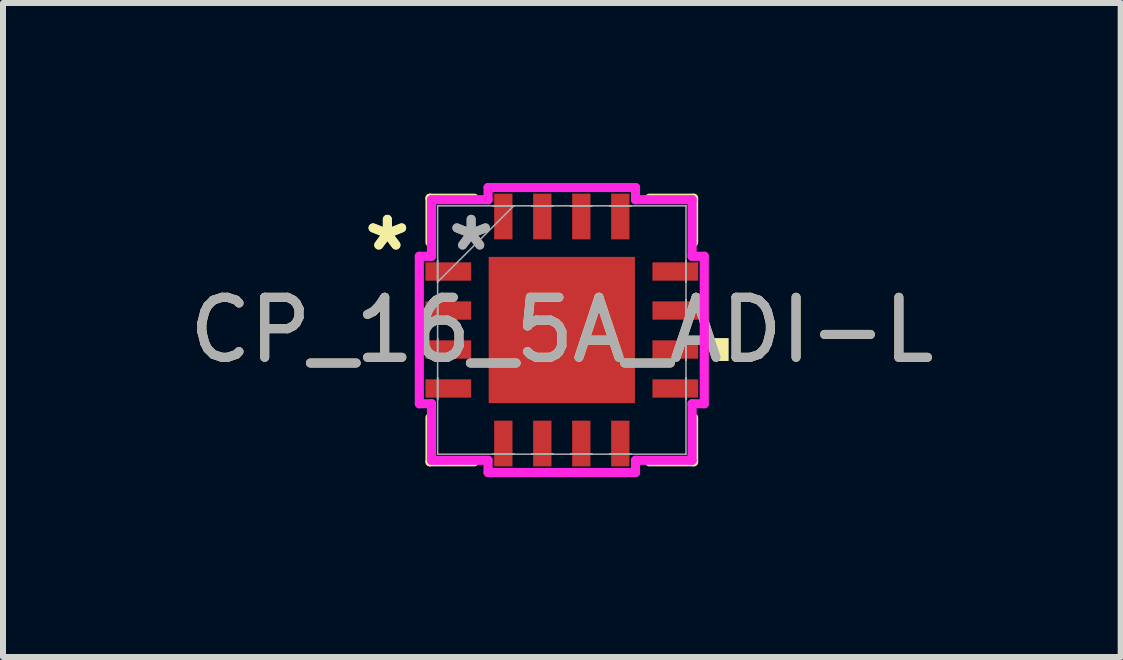
<source format=kicad_pcb>
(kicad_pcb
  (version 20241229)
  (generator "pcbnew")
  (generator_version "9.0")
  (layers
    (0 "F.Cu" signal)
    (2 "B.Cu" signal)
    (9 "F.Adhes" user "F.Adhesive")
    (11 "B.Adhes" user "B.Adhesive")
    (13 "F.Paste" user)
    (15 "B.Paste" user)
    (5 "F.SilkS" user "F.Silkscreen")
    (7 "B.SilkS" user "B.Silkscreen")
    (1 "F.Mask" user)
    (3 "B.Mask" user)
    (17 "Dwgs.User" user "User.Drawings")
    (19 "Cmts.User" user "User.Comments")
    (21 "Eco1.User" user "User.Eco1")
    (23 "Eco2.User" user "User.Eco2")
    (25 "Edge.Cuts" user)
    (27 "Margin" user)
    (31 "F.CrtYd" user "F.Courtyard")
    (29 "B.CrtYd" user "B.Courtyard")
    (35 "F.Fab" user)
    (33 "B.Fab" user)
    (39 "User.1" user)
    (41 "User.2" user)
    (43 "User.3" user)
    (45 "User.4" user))
  (footprint "CP_16_5A_ADI-L"
    (layer "F.Cu")
    (at 6.315 2.451)
    (property "Reference" "CP_16_5A_ADI-L" (at 0 0 0) (unlocked yes) (layer "F.SilkS") (effects (font (size 1 1) (thickness 0.15))))
    (attr smd)
    (fp_line (start -2.197 -2.197) (end -2.197 -1.46) (stroke (width 0.152) (type solid)) (layer "F.SilkS"))
    (fp_line (start -2.197 1.46) (end -2.197 2.197) (stroke (width 0.152) (type solid)) (layer "F.SilkS"))
    (fp_line (start -2.197 2.197) (end -1.46 2.197) (stroke (width 0.152) (type solid)) (layer "F.SilkS"))
    (fp_line (start -1.46 -2.197) (end -2.197 -2.197) (stroke (width 0.152) (type solid)) (layer "F.SilkS"))
    (fp_line (start 1.46 2.197) (end 2.197 2.197) (stroke (width 0.152) (type solid)) (layer "F.SilkS"))
    (fp_line (start 2.197 -2.197) (end 1.46 -2.197) (stroke (width 0.152) (type solid)) (layer "F.SilkS"))
    (fp_line (start 2.197 -1.46) (end 2.197 -2.197) (stroke (width 0.152) (type solid)) (layer "F.SilkS"))
    (fp_line (start 2.197 2.197) (end 2.197 1.46) (stroke (width 0.152) (type solid)) (layer "F.SilkS"))
    (fp_poly (pts (xy 2.781 0.135) (xy 2.781 0.516) (xy 2.527 0.516) (xy 2.527 0.135)) (stroke (width 0) (type solid)) (fill yes) (layer "F.SilkS"))
    (fp_line (start -2.375 -1.229) (end -2.172 -1.229) (stroke (width 0.152) (type solid)) (layer "F.CrtYd"))
    (fp_line (start -2.375 1.229) (end -2.375 -1.229) (stroke (width 0.152) (type solid)) (layer "F.CrtYd"))
    (fp_line (start -2.172 -2.172) (end -1.229 -2.172) (stroke (width 0.152) (type solid)) (layer "F.CrtYd"))
    (fp_line (start -2.172 -1.229) (end -2.172 -2.172) (stroke (width 0.152) (type solid)) (layer "F.CrtYd"))
    (fp_line (start -2.172 1.229) (end -2.375 1.229) (stroke (width 0.152) (type solid)) (layer "F.CrtYd"))
    (fp_line (start -2.172 2.172) (end -2.172 1.229) (stroke (width 0.152) (type solid)) (layer "F.CrtYd"))
    (fp_line (start -1.229 -2.375) (end 1.229 -2.375) (stroke (width 0.152) (type solid)) (layer "F.CrtYd"))
    (fp_line (start -1.229 -2.172) (end -1.229 -2.375) (stroke (width 0.152) (type solid)) (layer "F.CrtYd"))
    (fp_line (start -1.229 2.172) (end -2.172 2.172) (stroke (width 0.152) (type solid)) (layer "F.CrtYd"))
    (fp_line (start -1.229 2.375) (end -1.229 2.172) (stroke (width 0.152) (type solid)) (layer "F.CrtYd"))
    (fp_line (start 1.229 -2.375) (end 1.229 -2.172) (stroke (width 0.152) (type solid)) (layer "F.CrtYd"))
    (fp_line (start 1.229 -2.172) (end 2.172 -2.172) (stroke (width 0.152) (type solid)) (layer "F.CrtYd"))
    (fp_line (start 1.229 2.172) (end 1.229 2.375) (stroke (width 0.152) (type solid)) (layer "F.CrtYd"))
    (fp_line (start 1.229 2.375) (end -1.229 2.375) (stroke (width 0.152) (type solid)) (layer "F.CrtYd"))
    (fp_line (start 2.172 -2.172) (end 2.172 -1.229) (stroke (width 0.152) (type solid)) (layer "F.CrtYd"))
    (fp_line (start 2.172 -1.229) (end 2.375 -1.229) (stroke (width 0.152) (type solid)) (layer "F.CrtYd"))
    (fp_line (start 2.172 1.229) (end 2.172 2.172) (stroke (width 0.152) (type solid)) (layer "F.CrtYd"))
    (fp_line (start 2.172 2.172) (end 1.229 2.172) (stroke (width 0.152) (type solid)) (layer "F.CrtYd"))
    (fp_line (start 2.375 -1.229) (end 2.375 1.229) (stroke (width 0.152) (type solid)) (layer "F.CrtYd"))
    (fp_line (start 2.375 1.229) (end 2.172 1.229) (stroke (width 0.152) (type solid)) (layer "F.CrtYd"))
    (fp_line (start -2.07 -2.07) (end -2.07 -2.07) (stroke (width 0.025) (type solid)) (layer "F.Fab"))
    (fp_line (start -2.07 -2.07) (end -2.07 2.07) (stroke (width 0.025) (type solid)) (layer "F.Fab"))
    (fp_line (start -2.07 -1.153) (end -2.07 -1.153) (stroke (width 0.025) (type solid)) (layer "F.Fab"))
    (fp_line (start -2.07 -1.153) (end -2.07 -0.797) (stroke (width 0.025) (type solid)) (layer "F.Fab"))
    (fp_line (start -2.07 -0.8) (end -0.8 -2.07) (stroke (width 0.025) (type solid)) (layer "F.Fab"))
    (fp_line (start -2.07 -0.797) (end -2.07 -1.153) (stroke (width 0.025) (type solid)) (layer "F.Fab"))
    (fp_line (start -2.07 -0.797) (end -2.07 -0.797) (stroke (width 0.025) (type solid)) (layer "F.Fab"))
    (fp_line (start -2.07 -0.503) (end -2.07 -0.503) (stroke (width 0.025) (type solid)) (layer "F.Fab"))
    (fp_line (start -2.07 -0.503) (end -2.07 -0.147) (stroke (width 0.025) (type solid)) (layer "F.Fab"))
    (fp_line (start -2.07 -0.147) (end -2.07 -0.503) (stroke (width 0.025) (type solid)) (layer "F.Fab"))
    (fp_line (start -2.07 -0.147) (end -2.07 -0.147) (stroke (width 0.025) (type solid)) (layer "F.Fab"))
    (fp_line (start -2.07 0.147) (end -2.07 0.147) (stroke (width 0.025) (type solid)) (layer "F.Fab"))
    (fp_line (start -2.07 0.147) (end -2.07 0.503) (stroke (width 0.025) (type solid)) (layer "F.Fab"))
    (fp_line (start -2.07 0.503) (end -2.07 0.147) (stroke (width 0.025) (type solid)) (layer "F.Fab"))
    (fp_line (start -2.07 0.503) (end -2.07 0.503) (stroke (width 0.025) (type solid)) (layer "F.Fab"))
    (fp_line (start -2.07 0.797) (end -2.07 0.797) (stroke (width 0.025) (type solid)) (layer "F.Fab"))
    (fp_line (start -2.07 0.797) (end -2.07 1.153) (stroke (width 0.025) (type solid)) (layer "F.Fab"))
    (fp_line (start -2.07 1.153) (end -2.07 0.797) (stroke (width 0.025) (type solid)) (layer "F.Fab"))
    (fp_line (start -2.07 1.153) (end -2.07 1.153) (stroke (width 0.025) (type solid)) (layer "F.Fab"))
    (fp_line (start -2.07 2.07) (end -2.07 2.07) (stroke (width 0.025) (type solid)) (layer "F.Fab"))
    (fp_line (start -2.07 2.07) (end 2.07 2.07) (stroke (width 0.025) (type solid)) (layer "F.Fab"))
    (fp_line (start -1.153 -2.07) (end -1.153 -2.07) (stroke (width 0.025) (type solid)) (layer "F.Fab"))
    (fp_line (start -1.153 -2.07) (end -0.797 -2.07) (stroke (width 0.025) (type solid)) (layer "F.Fab"))
    (fp_line (start -1.153 2.07) (end -1.153 2.07) (stroke (width 0.025) (type solid)) (layer "F.Fab"))
    (fp_line (start -1.153 2.07) (end -0.797 2.07) (stroke (width 0.025) (type solid)) (layer "F.Fab"))
    (fp_line (start -0.797 -2.07) (end -1.153 -2.07) (stroke (width 0.025) (type solid)) (layer "F.Fab"))
    (fp_line (start -0.797 -2.07) (end -0.797 -2.07) (stroke (width 0.025) (type solid)) (layer "F.Fab"))
    (fp_line (start -0.797 2.07) (end -1.153 2.07) (stroke (width 0.025) (type solid)) (layer "F.Fab"))
    (fp_line (start -0.797 2.07) (end -0.797 2.07) (stroke (width 0.025) (type solid)) (layer "F.Fab"))
    (fp_line (start -0.503 -2.07) (end -0.503 -2.07) (stroke (width 0.025) (type solid)) (layer "F.Fab"))
    (fp_line (start -0.503 -2.07) (end -0.147 -2.07) (stroke (width 0.025) (type solid)) (layer "F.Fab"))
    (fp_line (start -0.503 2.07) (end -0.503 2.07) (stroke (width 0.025) (type solid)) (layer "F.Fab"))
    (fp_line (start -0.503 2.07) (end -0.147 2.07) (stroke (width 0.025) (type solid)) (layer "F.Fab"))
    (fp_line (start -0.147 -2.07) (end -0.503 -2.07) (stroke (width 0.025) (type solid)) (layer "F.Fab"))
    (fp_line (start -0.147 -2.07) (end -0.147 -2.07) (stroke (width 0.025) (type solid)) (layer "F.Fab"))
    (fp_line (start -0.147 2.07) (end -0.503 2.07) (stroke (width 0.025) (type solid)) (layer "F.Fab"))
    (fp_line (start -0.147 2.07) (end -0.147 2.07) (stroke (width 0.025) (type solid)) (layer "F.Fab"))
    (fp_line (start 0.147 -2.07) (end 0.147 -2.07) (stroke (width 0.025) (type solid)) (layer "F.Fab"))
    (fp_line (start 0.147 -2.07) (end 0.503 -2.07) (stroke (width 0.025) (type solid)) (layer "F.Fab"))
    (fp_line (start 0.147 2.07) (end 0.147 2.07) (stroke (width 0.025) (type solid)) (layer "F.Fab"))
    (fp_line (start 0.147 2.07) (end 0.503 2.07) (stroke (width 0.025) (type solid)) (layer "F.Fab"))
    (fp_line (start 0.503 -2.07) (end 0.147 -2.07) (stroke (width 0.025) (type solid)) (layer "F.Fab"))
    (fp_line (start 0.503 -2.07) (end 0.503 -2.07) (stroke (width 0.025) (type solid)) (layer "F.Fab"))
    (fp_line (start 0.503 2.07) (end 0.147 2.07) (stroke (width 0.025) (type solid)) (layer "F.Fab"))
    (fp_line (start 0.503 2.07) (end 0.503 2.07) (stroke (width 0.025) (type solid)) (layer "F.Fab"))
    (fp_line (start 0.797 -2.07) (end 0.797 -2.07) (stroke (width 0.025) (type solid)) (layer "F.Fab"))
    (fp_line (start 0.797 -2.07) (end 1.153 -2.07) (stroke (width 0.025) (type solid)) (layer "F.Fab"))
    (fp_line (start 0.797 2.07) (end 0.797 2.07) (stroke (width 0.025) (type solid)) (layer "F.Fab"))
    (fp_line (start 0.797 2.07) (end 1.153 2.07) (stroke (width 0.025) (type solid)) (layer "F.Fab"))
    (fp_line (start 1.153 -2.07) (end 0.797 -2.07) (stroke (width 0.025) (type solid)) (layer "F.Fab"))
    (fp_line (start 1.153 -2.07) (end 1.153 -2.07) (stroke (width 0.025) (type solid)) (layer "F.Fab"))
    (fp_line (start 1.153 2.07) (end 0.797 2.07) (stroke (width 0.025) (type solid)) (layer "F.Fab"))
    (fp_line (start 1.153 2.07) (end 1.153 2.07) (stroke (width 0.025) (type solid)) (layer "F.Fab"))
    (fp_line (start 2.07 -2.07) (end -2.07 -2.07) (stroke (width 0.025) (type solid)) (layer "F.Fab"))
    (fp_line (start 2.07 -2.07) (end 2.07 -2.07) (stroke (width 0.025) (type solid)) (layer "F.Fab"))
    (fp_line (start 2.07 -1.153) (end 2.07 -1.153) (stroke (width 0.025) (type solid)) (layer "F.Fab"))
    (fp_line (start 2.07 -1.153) (end 2.07 -0.797) (stroke (width 0.025) (type solid)) (layer "F.Fab"))
    (fp_line (start 2.07 -0.797) (end 2.07 -1.153) (stroke (width 0.025) (type solid)) (layer "F.Fab"))
    (fp_line (start 2.07 -0.797) (end 2.07 -0.797) (stroke (width 0.025) (type solid)) (layer "F.Fab"))
    (fp_line (start 2.07 -0.503) (end 2.07 -0.503) (stroke (width 0.025) (type solid)) (layer "F.Fab"))
    (fp_line (start 2.07 -0.503) (end 2.07 -0.147) (stroke (width 0.025) (type solid)) (layer "F.Fab"))
    (fp_line (start 2.07 -0.147) (end 2.07 -0.503) (stroke (width 0.025) (type solid)) (layer "F.Fab"))
    (fp_line (start 2.07 -0.147) (end 2.07 -0.147) (stroke (width 0.025) (type solid)) (layer "F.Fab"))
    (fp_line (start 2.07 0.147) (end 2.07 0.147) (stroke (width 0.025) (type solid)) (layer "F.Fab"))
    (fp_line (start 2.07 0.147) (end 2.07 0.503) (stroke (width 0.025) (type solid)) (layer "F.Fab"))
    (fp_line (start 2.07 0.503) (end 2.07 0.147) (stroke (width 0.025) (type solid)) (layer "F.Fab"))
    (fp_line (start 2.07 0.503) (end 2.07 0.503) (stroke (width 0.025) (type solid)) (layer "F.Fab"))
    (fp_line (start 2.07 0.797) (end 2.07 0.797) (stroke (width 0.025) (type solid)) (layer "F.Fab"))
    (fp_line (start 2.07 0.797) (end 2.07 1.153) (stroke (width 0.025) (type solid)) (layer "F.Fab"))
    (fp_line (start 2.07 1.153) (end 2.07 0.797) (stroke (width 0.025) (type solid)) (layer "F.Fab"))
    (fp_line (start 2.07 1.153) (end 2.07 1.153) (stroke (width 0.025) (type solid)) (layer "F.Fab"))
    (fp_line (start 2.07 2.07) (end 2.07 -2.07) (stroke (width 0.025) (type solid)) (layer "F.Fab"))
    (fp_line (start 2.07 2.07) (end 2.07 2.07) (stroke (width 0.025) (type solid)) (layer "F.Fab"))
    (fp_text user "*" (at -2.908 -1.3 0) (unlocked yes) (layer "F.SilkS") (effects (font (size 1 1) (thickness 0.15))))
    (fp_text user "*" (at -2.908 -1.3 0) (layer "F.SilkS") (effects (font (size 1 1) (thickness 0.15))))
    (fp_text user "*" (at -1.511 -1.3 0) (layer "F.Fab") (effects (font (size 1 1) (thickness 0.15))))
    (fp_text user "*" (at -1.511 -1.3 0) (unlocked yes) (layer "F.Fab") (effects (font (size 1 1) (thickness 0.15))))
    (fp_text user "${REFERENCE}" (at 0 0 0) (unlocked yes) (layer "F.Fab") (effects (font (size 1 1) (thickness 0.15))))
    (pad "1" smd rect (at -1.892 -0.975 90) (size 0.305 0.762) (layers "F.Cu" "F.Mask" "F.Paste"))
    (pad "2" smd rect (at -1.892 -0.325 90) (size 0.305 0.762) (layers "F.Cu" "F.Mask" "F.Paste"))
    (pad "3" smd rect (at -1.892 0.325 90) (size 0.305 0.762) (layers "F.Cu" "F.Mask" "F.Paste"))
    (pad "4" smd rect (at -1.892 0.975 90) (size 0.305 0.762) (layers "F.Cu" "F.Mask" "F.Paste"))
    (pad "5" smd rect (at -0.975 1.892) (size 0.305 0.762) (layers "F.Cu" "F.Mask" "F.Paste"))
    (pad "6" smd rect (at -0.325 1.892) (size 0.305 0.762) (layers "F.Cu" "F.Mask" "F.Paste"))
    (pad "7" smd rect (at 0.325 1.892) (size 0.305 0.762) (layers "F.Cu" "F.Mask" "F.Paste"))
    (pad "8" smd rect (at 0.975 1.892) (size 0.305 0.762) (layers "F.Cu" "F.Mask" "F.Paste"))
    (pad "9" smd rect (at 1.892 0.975 90) (size 0.305 0.762) (layers "F.Cu" "F.Mask" "F.Paste"))
    (pad "10" smd rect (at 1.892 0.325 90) (size 0.305 0.762) (layers "F.Cu" "F.Mask" "F.Paste"))
    (pad "11" smd rect (at 1.892 -0.325 90) (size 0.305 0.762) (layers "F.Cu" "F.Mask" "F.Paste"))
    (pad "12" smd rect (at 1.892 -0.975 90) (size 0.305 0.762) (layers "F.Cu" "F.Mask" "F.Paste"))
    (pad "13" smd rect (at 0.975 -1.892) (size 0.305 0.762) (layers "F.Cu" "F.Mask" "F.Paste"))
    (pad "14" smd rect (at 0.325 -1.892) (size 0.305 0.762) (layers "F.Cu" "F.Mask" "F.Paste"))
    (pad "15" smd rect (at -0.325 -1.892) (size 0.305 0.762) (layers "F.Cu" "F.Mask" "F.Paste"))
    (pad "16" smd rect (at -0.975 -1.892) (size 0.305 0.762) (layers "F.Cu" "F.Mask" "F.Paste"))
    (pad "17" smd rect (at 0 0) (size 2.438 2.438) (layers "F.Cu" "F.Mask" "F.Paste")))
  (gr_rect
    (start -3 -3)
    (end 15.631 7.902)
    (stroke (width 0.1) (type default))
    (fill no)
    (layer "Edge.Cuts")))
</source>
